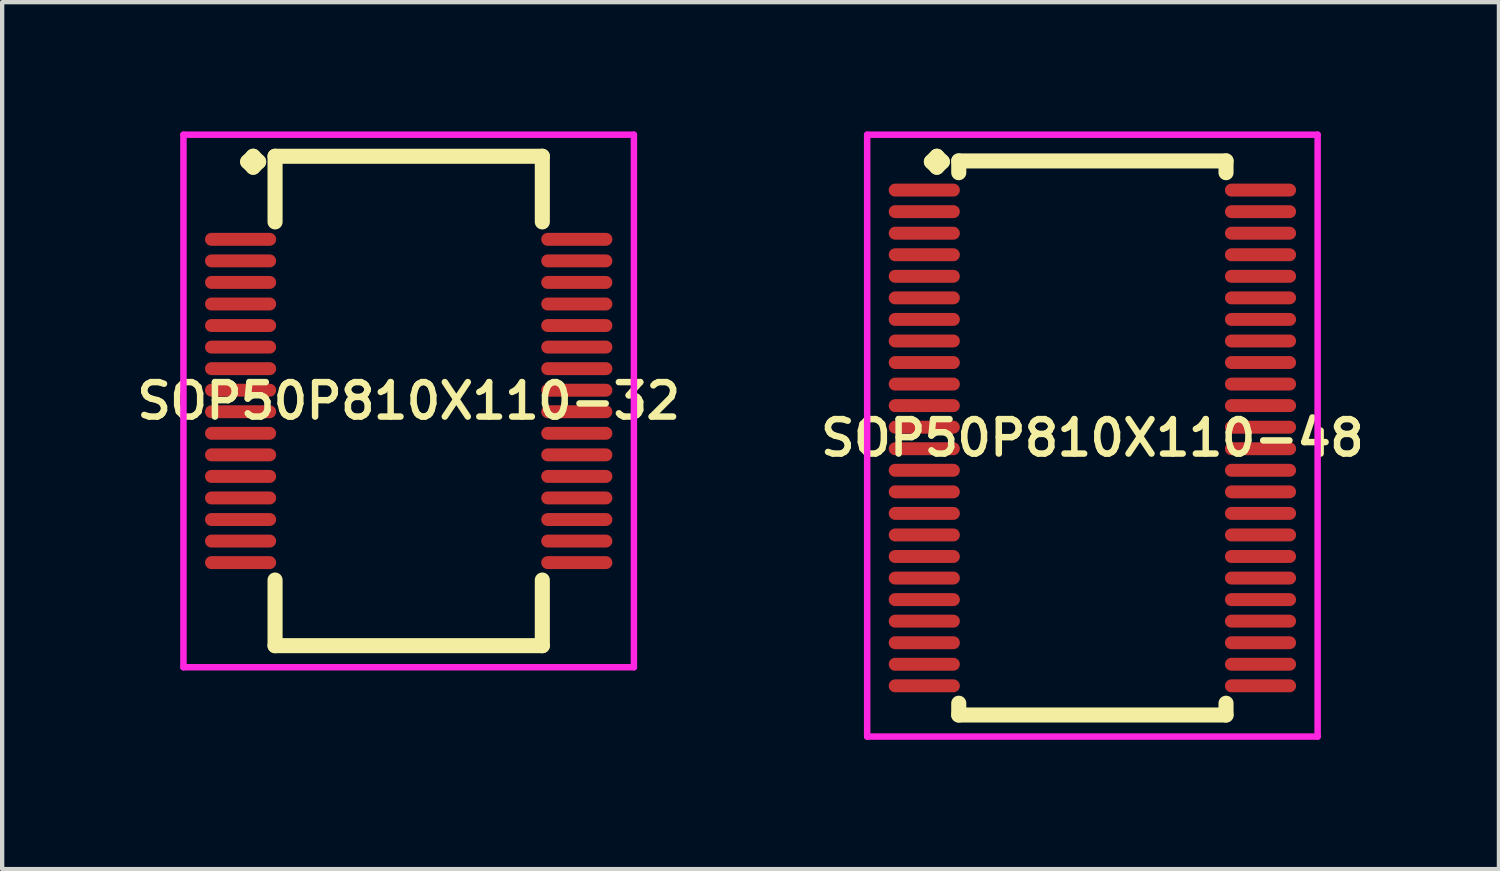
<source format=kicad_pcb>
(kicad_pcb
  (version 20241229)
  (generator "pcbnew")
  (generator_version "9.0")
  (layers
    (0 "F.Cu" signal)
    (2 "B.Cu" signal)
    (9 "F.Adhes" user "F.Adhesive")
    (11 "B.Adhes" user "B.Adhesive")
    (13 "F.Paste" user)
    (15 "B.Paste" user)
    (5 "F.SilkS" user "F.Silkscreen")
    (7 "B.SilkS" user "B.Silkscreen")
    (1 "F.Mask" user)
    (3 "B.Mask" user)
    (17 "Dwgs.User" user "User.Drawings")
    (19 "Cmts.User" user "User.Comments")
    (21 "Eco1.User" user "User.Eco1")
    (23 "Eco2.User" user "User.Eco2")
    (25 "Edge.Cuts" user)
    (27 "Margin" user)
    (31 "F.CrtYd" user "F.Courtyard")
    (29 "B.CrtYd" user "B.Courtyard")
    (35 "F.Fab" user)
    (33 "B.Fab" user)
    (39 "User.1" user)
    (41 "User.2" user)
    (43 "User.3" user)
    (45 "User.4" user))
  (footprint "SOP50P810X110-32"
    (layer "F.Cu")
    (at 6.431 6.252)
    (property "Reference" "SOP50P810X110-32" (at 0 0 0) (layer "F.SilkS") (effects (font (size 0.8 0.8) (thickness 0.15))))
    (attr smd)
    (fp_line (start -3.735 -5.55) (end -3.608 -5.677) (stroke (width 0.35) (type solid)) (layer "F.SilkS"))
    (fp_line (start -3.608 -5.677) (end -3.481 -5.55) (stroke (width 0.35) (type solid)) (layer "F.SilkS"))
    (fp_line (start -3.608 -5.423) (end -3.735 -5.55) (stroke (width 0.35) (type solid)) (layer "F.SilkS"))
    (fp_line (start -3.481 -5.55) (end -3.608 -5.423) (stroke (width 0.35) (type solid)) (layer "F.SilkS"))
    (fp_line (start -3.1 -5.677) (end 3.1 -5.677) (stroke (width 0.35) (type solid)) (layer "F.SilkS"))
    (fp_line (start -3.1 -4.154) (end -3.1 -5.677) (stroke (width 0.35) (type solid)) (layer "F.SilkS"))
    (fp_line (start -3.1 4.154) (end -3.1 5.677) (stroke (width 0.35) (type solid)) (layer "F.SilkS"))
    (fp_line (start -3.1 5.677) (end 3.1 5.677) (stroke (width 0.35) (type solid)) (layer "F.SilkS"))
    (fp_line (start 3.1 -5.677) (end 3.1 -4.154) (stroke (width 0.35) (type solid)) (layer "F.SilkS"))
    (fp_line (start 3.1 5.677) (end 3.1 4.154) (stroke (width 0.35) (type solid)) (layer "F.SilkS"))
    (fp_line (start -5.225 -6.177) (end 5.225 -6.177) (stroke (width 0.15) (type solid)) (layer "F.CrtYd"))
    (fp_line (start -5.225 6.177) (end -5.225 -6.177) (stroke (width 0.15) (type solid)) (layer "F.CrtYd"))
    (fp_line (start 5.225 -6.177) (end 5.225 6.177) (stroke (width 0.15) (type solid)) (layer "F.CrtYd"))
    (fp_line (start 5.225 6.177) (end -5.225 6.177) (stroke (width 0.15) (type solid)) (layer "F.CrtYd"))
    (pad "1" smd oval (at -3.9 -3.75) (size 1.65 0.3) (layers "F.Cu" "F.Mask" "F.Paste"))
    (pad "2" smd oval (at -3.9 -3.25) (size 1.65 0.3) (layers "F.Cu" "F.Mask" "F.Paste"))
    (pad "3" smd oval (at -3.9 -2.75) (size 1.65 0.3) (layers "F.Cu" "F.Mask" "F.Paste"))
    (pad "4" smd oval (at -3.9 -2.25) (size 1.65 0.3) (layers "F.Cu" "F.Mask" "F.Paste"))
    (pad "5" smd oval (at -3.9 -1.75) (size 1.65 0.3) (layers "F.Cu" "F.Mask" "F.Paste"))
    (pad "6" smd oval (at -3.9 -1.25) (size 1.65 0.3) (layers "F.Cu" "F.Mask" "F.Paste"))
    (pad "7" smd oval (at -3.9 -0.75) (size 1.65 0.3) (layers "F.Cu" "F.Mask" "F.Paste"))
    (pad "8" smd oval (at -3.9 -0.25) (size 1.65 0.3) (layers "F.Cu" "F.Mask" "F.Paste"))
    (pad "9" smd oval (at -3.9 0.25) (size 1.65 0.3) (layers "F.Cu" "F.Mask" "F.Paste"))
    (pad "10" smd oval (at -3.9 0.75) (size 1.65 0.3) (layers "F.Cu" "F.Mask" "F.Paste"))
    (pad "11" smd oval (at -3.9 1.25) (size 1.65 0.3) (layers "F.Cu" "F.Mask" "F.Paste"))
    (pad "12" smd oval (at -3.9 1.75) (size 1.65 0.3) (layers "F.Cu" "F.Mask" "F.Paste"))
    (pad "13" smd oval (at -3.9 2.25) (size 1.65 0.3) (layers "F.Cu" "F.Mask" "F.Paste"))
    (pad "14" smd oval (at -3.9 2.75) (size 1.65 0.3) (layers "F.Cu" "F.Mask" "F.Paste"))
    (pad "15" smd oval (at -3.9 3.25) (size 1.65 0.3) (layers "F.Cu" "F.Mask" "F.Paste"))
    (pad "16" smd oval (at -3.9 3.75) (size 1.65 0.3) (layers "F.Cu" "F.Mask" "F.Paste"))
    (pad "17" smd oval (at 3.9 3.75) (size 1.65 0.3) (layers "F.Cu" "F.Mask" "F.Paste"))
    (pad "18" smd oval (at 3.9 3.25) (size 1.65 0.3) (layers "F.Cu" "F.Mask" "F.Paste"))
    (pad "19" smd oval (at 3.9 2.75) (size 1.65 0.3) (layers "F.Cu" "F.Mask" "F.Paste"))
    (pad "20" smd oval (at 3.9 2.25) (size 1.65 0.3) (layers "F.Cu" "F.Mask" "F.Paste"))
    (pad "21" smd oval (at 3.9 1.75) (size 1.65 0.3) (layers "F.Cu" "F.Mask" "F.Paste"))
    (pad "22" smd oval (at 3.9 1.25) (size 1.65 0.3) (layers "F.Cu" "F.Mask" "F.Paste"))
    (pad "23" smd oval (at 3.9 0.75) (size 1.65 0.3) (layers "F.Cu" "F.Mask" "F.Paste"))
    (pad "24" smd oval (at 3.9 0.25) (size 1.65 0.3) (layers "F.Cu" "F.Mask" "F.Paste"))
    (pad "25" smd oval (at 3.9 -0.25) (size 1.65 0.3) (layers "F.Cu" "F.Mask" "F.Paste"))
    (pad "26" smd oval (at 3.9 -0.75) (size 1.65 0.3) (layers "F.Cu" "F.Mask" "F.Paste"))
    (pad "27" smd oval (at 3.9 -1.25) (size 1.65 0.3) (layers "F.Cu" "F.Mask" "F.Paste"))
    (pad "28" smd oval (at 3.9 -1.75) (size 1.65 0.3) (layers "F.Cu" "F.Mask" "F.Paste"))
    (pad "29" smd oval (at 3.9 -2.25) (size 1.65 0.3) (layers "F.Cu" "F.Mask" "F.Paste"))
    (pad "30" smd oval (at 3.9 -2.75) (size 1.65 0.3) (layers "F.Cu" "F.Mask" "F.Paste"))
    (pad "31" smd oval (at 3.9 -3.25) (size 1.65 0.3) (layers "F.Cu" "F.Mask" "F.Paste"))
    (pad "32" smd oval (at 3.9 -3.75) (size 1.65 0.3) (layers "F.Cu" "F.Mask" "F.Paste")))
  (footprint "SOP50P810X110-48"
    (layer "F.Cu")
    (at 22.292 7.11)
    (property "Reference" "SOP50P810X110-48" (at 0 0 0) (layer "F.SilkS") (effects (font (size 0.8 0.8) (thickness 0.15))))
    (attr smd)
    (fp_line (start -3.735 -6.408) (end -3.608 -6.535) (stroke (width 0.35) (type solid)) (layer "F.SilkS"))
    (fp_line (start -3.608 -6.535) (end -3.481 -6.408) (stroke (width 0.35) (type solid)) (layer "F.SilkS"))
    (fp_line (start -3.608 -6.281) (end -3.735 -6.408) (stroke (width 0.35) (type solid)) (layer "F.SilkS"))
    (fp_line (start -3.481 -6.408) (end -3.608 -6.281) (stroke (width 0.35) (type solid)) (layer "F.SilkS"))
    (fp_line (start -3.1 -6.427) (end 3.1 -6.427) (stroke (width 0.35) (type solid)) (layer "F.SilkS"))
    (fp_line (start -3.1 -6.154) (end -3.1 -6.427) (stroke (width 0.35) (type solid)) (layer "F.SilkS"))
    (fp_line (start -3.1 6.154) (end -3.1 6.427) (stroke (width 0.35) (type solid)) (layer "F.SilkS"))
    (fp_line (start -3.1 6.427) (end 3.1 6.427) (stroke (width 0.35) (type solid)) (layer "F.SilkS"))
    (fp_line (start 3.1 -6.427) (end 3.1 -6.154) (stroke (width 0.35) (type solid)) (layer "F.SilkS"))
    (fp_line (start 3.1 6.427) (end 3.1 6.154) (stroke (width 0.35) (type solid)) (layer "F.SilkS"))
    (fp_line (start -5.225 -7.035) (end 5.225 -7.035) (stroke (width 0.15) (type solid)) (layer "F.CrtYd"))
    (fp_line (start -5.225 6.927) (end -5.225 -7.035) (stroke (width 0.15) (type solid)) (layer "F.CrtYd"))
    (fp_line (start 5.225 -7.035) (end 5.225 6.927) (stroke (width 0.15) (type solid)) (layer "F.CrtYd"))
    (fp_line (start 5.225 6.927) (end -5.225 6.927) (stroke (width 0.15) (type solid)) (layer "F.CrtYd"))
    (pad "1" smd oval (at -3.9 -5.75) (size 1.65 0.3) (layers "F.Cu" "F.Mask" "F.Paste"))
    (pad "2" smd oval (at -3.9 -5.25) (size 1.65 0.3) (layers "F.Cu" "F.Mask" "F.Paste"))
    (pad "3" smd oval (at -3.9 -4.75) (size 1.65 0.3) (layers "F.Cu" "F.Mask" "F.Paste"))
    (pad "4" smd oval (at -3.9 -4.25) (size 1.65 0.3) (layers "F.Cu" "F.Mask" "F.Paste"))
    (pad "5" smd oval (at -3.9 -3.75) (size 1.65 0.3) (layers "F.Cu" "F.Mask" "F.Paste"))
    (pad "6" smd oval (at -3.9 -3.25) (size 1.65 0.3) (layers "F.Cu" "F.Mask" "F.Paste"))
    (pad "7" smd oval (at -3.9 -2.75) (size 1.65 0.3) (layers "F.Cu" "F.Mask" "F.Paste"))
    (pad "8" smd oval (at -3.9 -2.25) (size 1.65 0.3) (layers "F.Cu" "F.Mask" "F.Paste"))
    (pad "9" smd oval (at -3.9 -1.75) (size 1.65 0.3) (layers "F.Cu" "F.Mask" "F.Paste"))
    (pad "10" smd oval (at -3.9 -1.25) (size 1.65 0.3) (layers "F.Cu" "F.Mask" "F.Paste"))
    (pad "11" smd oval (at -3.9 -0.75) (size 1.65 0.3) (layers "F.Cu" "F.Mask" "F.Paste"))
    (pad "12" smd oval (at -3.9 -0.25) (size 1.65 0.3) (layers "F.Cu" "F.Mask" "F.Paste"))
    (pad "13" smd oval (at -3.9 0.25) (size 1.65 0.3) (layers "F.Cu" "F.Mask" "F.Paste"))
    (pad "14" smd oval (at -3.9 0.75) (size 1.65 0.3) (layers "F.Cu" "F.Mask" "F.Paste"))
    (pad "15" smd oval (at -3.9 1.25) (size 1.65 0.3) (layers "F.Cu" "F.Mask" "F.Paste"))
    (pad "16" smd oval (at -3.9 1.75) (size 1.65 0.3) (layers "F.Cu" "F.Mask" "F.Paste"))
    (pad "17" smd oval (at -3.9 2.25) (size 1.65 0.3) (layers "F.Cu" "F.Mask" "F.Paste"))
    (pad "18" smd oval (at -3.9 2.75) (size 1.65 0.3) (layers "F.Cu" "F.Mask" "F.Paste"))
    (pad "19" smd oval (at -3.9 3.25) (size 1.65 0.3) (layers "F.Cu" "F.Mask" "F.Paste"))
    (pad "20" smd oval (at -3.9 3.75) (size 1.65 0.3) (layers "F.Cu" "F.Mask" "F.Paste"))
    (pad "21" smd oval (at -3.9 4.25) (size 1.65 0.3) (layers "F.Cu" "F.Mask" "F.Paste"))
    (pad "22" smd oval (at -3.9 4.75) (size 1.65 0.3) (layers "F.Cu" "F.Mask" "F.Paste"))
    (pad "23" smd oval (at -3.9 5.25) (size 1.65 0.3) (layers "F.Cu" "F.Mask" "F.Paste"))
    (pad "24" smd oval (at -3.9 5.75) (size 1.65 0.3) (layers "F.Cu" "F.Mask" "F.Paste"))
    (pad "25" smd oval (at 3.9 5.75) (size 1.65 0.3) (layers "F.Cu" "F.Mask" "F.Paste"))
    (pad "26" smd oval (at 3.9 5.25) (size 1.65 0.3) (layers "F.Cu" "F.Mask" "F.Paste"))
    (pad "27" smd oval (at 3.9 4.75) (size 1.65 0.3) (layers "F.Cu" "F.Mask" "F.Paste"))
    (pad "28" smd oval (at 3.9 4.25) (size 1.65 0.3) (layers "F.Cu" "F.Mask" "F.Paste"))
    (pad "29" smd oval (at 3.9 3.75) (size 1.65 0.3) (layers "F.Cu" "F.Mask" "F.Paste"))
    (pad "30" smd oval (at 3.9 3.25) (size 1.65 0.3) (layers "F.Cu" "F.Mask" "F.Paste"))
    (pad "31" smd oval (at 3.9 2.75) (size 1.65 0.3) (layers "F.Cu" "F.Mask" "F.Paste"))
    (pad "32" smd oval (at 3.9 2.25) (size 1.65 0.3) (layers "F.Cu" "F.Mask" "F.Paste"))
    (pad "33" smd oval (at 3.9 1.75) (size 1.65 0.3) (layers "F.Cu" "F.Mask" "F.Paste"))
    (pad "34" smd oval (at 3.9 1.25) (size 1.65 0.3) (layers "F.Cu" "F.Mask" "F.Paste"))
    (pad "35" smd oval (at 3.9 0.75) (size 1.65 0.3) (layers "F.Cu" "F.Mask" "F.Paste"))
    (pad "36" smd oval (at 3.9 0.25) (size 1.65 0.3) (layers "F.Cu" "F.Mask" "F.Paste"))
    (pad "37" smd oval (at 3.9 -0.25) (size 1.65 0.3) (layers "F.Cu" "F.Mask" "F.Paste"))
    (pad "38" smd oval (at 3.9 -0.75) (size 1.65 0.3) (layers "F.Cu" "F.Mask" "F.Paste"))
    (pad "39" smd oval (at 3.9 -1.25) (size 1.65 0.3) (layers "F.Cu" "F.Mask" "F.Paste"))
    (pad "40" smd oval (at 3.9 -1.75) (size 1.65 0.3) (layers "F.Cu" "F.Mask" "F.Paste"))
    (pad "41" smd oval (at 3.9 -2.25) (size 1.65 0.3) (layers "F.Cu" "F.Mask" "F.Paste"))
    (pad "42" smd oval (at 3.9 -2.75) (size 1.65 0.3) (layers "F.Cu" "F.Mask" "F.Paste"))
    (pad "43" smd oval (at 3.9 -3.25) (size 1.65 0.3) (layers "F.Cu" "F.Mask" "F.Paste"))
    (pad "44" smd oval (at 3.9 -3.75) (size 1.65 0.3) (layers "F.Cu" "F.Mask" "F.Paste"))
    (pad "45" smd oval (at 3.9 -4.25) (size 1.65 0.3) (layers "F.Cu" "F.Mask" "F.Paste"))
    (pad "46" smd oval (at 3.9 -4.75) (size 1.65 0.3) (layers "F.Cu" "F.Mask" "F.Paste"))
    (pad "47" smd oval (at 3.9 -5.25) (size 1.65 0.3) (layers "F.Cu" "F.Mask" "F.Paste"))
    (pad "48" smd oval (at 3.9 -5.75) (size 1.65 0.3) (layers "F.Cu" "F.Mask" "F.Paste")))
  (gr_rect
    (start -3 -3)
    (end 31.723 17.112)
    (stroke (width 0.1) (type default))
    (fill no)
    (layer "Edge.Cuts")))
</source>
